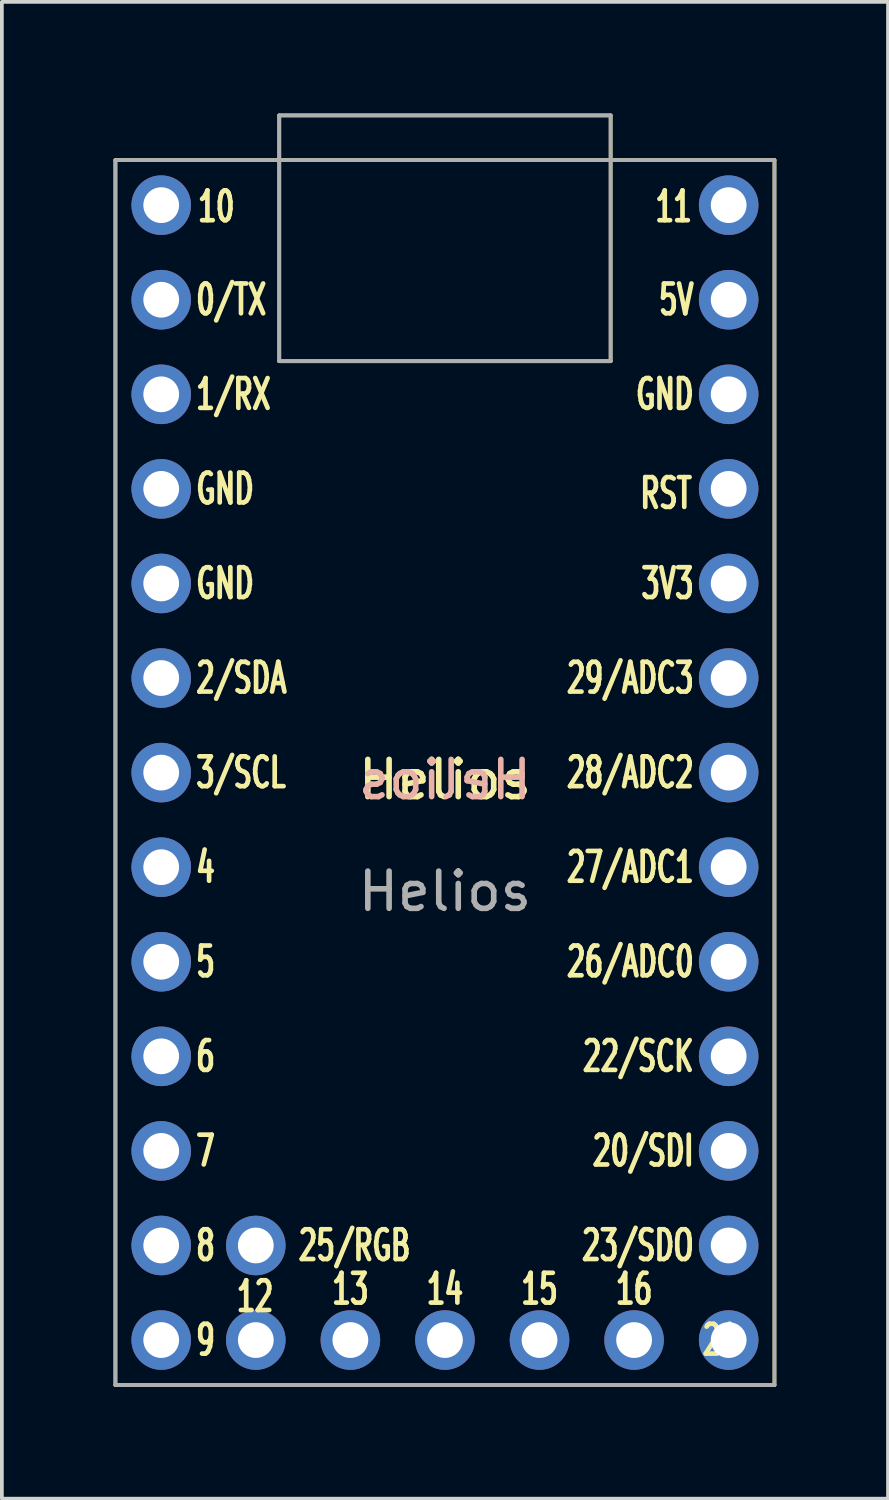
<source format=kicad_pcb>
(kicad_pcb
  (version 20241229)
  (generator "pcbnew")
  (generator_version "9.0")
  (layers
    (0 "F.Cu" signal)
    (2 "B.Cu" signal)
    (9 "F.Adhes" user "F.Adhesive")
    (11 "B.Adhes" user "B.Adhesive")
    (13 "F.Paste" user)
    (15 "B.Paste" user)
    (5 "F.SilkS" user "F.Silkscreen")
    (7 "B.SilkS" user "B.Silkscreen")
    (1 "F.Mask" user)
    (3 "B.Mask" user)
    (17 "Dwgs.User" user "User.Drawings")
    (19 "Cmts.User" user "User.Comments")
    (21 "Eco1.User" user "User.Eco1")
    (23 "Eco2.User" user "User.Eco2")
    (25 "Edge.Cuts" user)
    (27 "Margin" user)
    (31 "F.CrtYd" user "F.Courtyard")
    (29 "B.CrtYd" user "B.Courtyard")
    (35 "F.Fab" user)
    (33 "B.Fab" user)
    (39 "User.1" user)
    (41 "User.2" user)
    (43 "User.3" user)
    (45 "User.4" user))
  (footprint "Helios"
    (layer "F.Cu")
    (at 8.9 17.7)
    (property "Reference" "Helios" (at 0 0.19 0) (unlocked yes) (layer "F.SilkS") (effects (font (size 1 1) (thickness 0.15))))
    (attr through_hole)
    (fp_line (start -8.85 -16.45) (end -8.85 16.45) (stroke (width 0.1) (type default)) (layer "F.SilkS"))
    (fp_line (start -8.85 16.45) (end 8.85 16.45) (stroke (width 0.1) (type default)) (layer "F.SilkS"))
    (fp_line (start -4.45 -17.65) (end 4.45 -17.65) (stroke (width 0.1) (type default)) (layer "F.SilkS"))
    (fp_line (start -4.45 -11.05) (end -4.45 -17.65) (stroke (width 0.1) (type default)) (layer "F.SilkS"))
    (fp_line (start 4.45 -17.65) (end 4.45 -11.05) (stroke (width 0.1) (type default)) (layer "F.SilkS"))
    (fp_line (start 4.45 -11.05) (end -4.45 -11.05) (stroke (width 0.1) (type default)) (layer "F.SilkS"))
    (fp_line (start 8.85 -16.45) (end -8.85 -16.45) (stroke (width 0.1) (type default)) (layer "F.SilkS"))
    (fp_line (start 8.85 16.45) (end 8.85 -16.45) (stroke (width 0.1) (type default)) (layer "F.SilkS"))
    (fp_line (start -8.85 -16.45) (end -8.85 16.45) (stroke (width 0.1) (type default)) (layer "F.Fab"))
    (fp_line (start -8.85 16.45) (end 8.85 16.45) (stroke (width 0.1) (type default)) (layer "F.Fab"))
    (fp_line (start -4.45 -17.65) (end 4.45 -17.65) (stroke (width 0.1) (type default)) (layer "F.Fab"))
    (fp_line (start -4.45 -11.05) (end -4.45 -17.65) (stroke (width 0.1) (type default)) (layer "F.Fab"))
    (fp_line (start 4.45 -17.65) (end 4.45 -11.05) (stroke (width 0.1) (type default)) (layer "F.Fab"))
    (fp_line (start 4.45 -11.05) (end -4.45 -11.05) (stroke (width 0.1) (type default)) (layer "F.Fab"))
    (fp_line (start 8.85 -16.45) (end -8.85 -16.45) (stroke (width 0.1) (type default)) (layer "F.Fab"))
    (fp_line (start 8.85 16.45) (end 8.85 -16.45) (stroke (width 0.1) (type default)) (layer "F.Fab"))
    (fp_text user "6" (at -6.75 7.62 0) (layer "F.SilkS") (effects (font (size 0.8 0.5) (thickness 0.125)) (justify left)))
    (fp_text user "3V3" (at 6.75 -5.08 0) (layer "F.SilkS") (effects (font (size 0.8 0.5) (thickness 0.125)) (justify right)))
    (fp_text user "11" (at 6.7 -15.2 0) (unlocked yes) (layer "F.SilkS") (effects (font (size 0.8 0.5) (thickness 0.125)) (justify right)))
    (fp_text user "8" (at -6.75 12.7 0) (layer "F.SilkS") (effects (font (size 0.8 0.5) (thickness 0.125)) (justify left)))
    (fp_text user "26/ADC0" (at 6.75 5.08 0) (layer "F.SilkS") (effects (font (size 0.8 0.5) (thickness 0.125)) (justify right)))
    (fp_text user "GND" (at -6.75 -7.62 0) (layer "F.SilkS") (effects (font (size 0.8 0.5) (thickness 0.125)) (justify left)))
    (fp_text user "2/SDA" (at -6.75 -2.54 0) (layer "F.SilkS") (effects (font (size 0.8 0.5) (thickness 0.125)) (justify left)))
    (fp_text user "15" (at 2.54 13.87 0) (layer "F.SilkS") (effects (font (size 0.8 0.5) (thickness 0.125))))
    (fp_text user "20/SDI" (at 6.75 10.16 0) (layer "F.SilkS") (effects (font (size 0.8 0.5) (thickness 0.125)) (justify right)))
    (fp_text user "27/ADC1" (at 6.75 2.54 0) (layer "F.SilkS") (effects (font (size 0.8 0.5) (thickness 0.125)) (justify right)))
    (fp_text user "10" (at -6.7 -15.2 0) (layer "F.SilkS") (effects (font (size 0.8 0.5) (thickness 0.125)) (justify left)))
    (fp_text user "28/ADC2" (at 6.75 0 0) (layer "F.SilkS") (effects (font (size 0.8 0.5) (thickness 0.125)) (justify right)))
    (fp_text user "5V" (at 6.75 -12.7 0) (unlocked yes) (layer "F.SilkS") (effects (font (size 0.8 0.5) (thickness 0.125)) (justify right)))
    (fp_text user "GND" (at -6.75 -5.08 0) (layer "F.SilkS") (effects (font (size 0.8 0.5) (thickness 0.125)) (justify left)))
    (fp_text user "RST" (at 6.7 -7.5 0) (layer "F.SilkS") (effects (font (size 0.8 0.5) (thickness 0.125)) (justify right)))
    (fp_text user "21" (at 6.85 15.24 0) (layer "F.SilkS") (effects (font (size 0.8 0.5) (thickness 0.125)) (justify left)))
    (fp_text user "0/TX" (at -6.75 -12.7 0) (layer "F.SilkS") (effects (font (size 0.8 0.5) (thickness 0.125)) (justify left)))
    (fp_text user "4" (at -6.75 2.54 0) (layer "F.SilkS") (effects (font (size 0.8 0.5) (thickness 0.125)) (justify left)))
    (fp_text user "25/RGB" (at -4 12.7 0) (layer "F.SilkS") (effects (font (size 0.8 0.5) (thickness 0.125)) (justify left)))
    (fp_text user "16" (at 5.08 13.87 0) (layer "F.SilkS") (effects (font (size 0.8 0.5) (thickness 0.125))))
    (fp_text user "14" (at 0 13.87 0) (layer "F.SilkS") (effects (font (size 0.8 0.5) (thickness 0.125))))
    (fp_text user "5" (at -6.75 5.08 0) (layer "F.SilkS") (effects (font (size 0.8 0.5) (thickness 0.125)) (justify left)))
    (fp_text user "GND" (at 6.75 -10.16 0) (layer "F.SilkS") (effects (font (size 0.8 0.5) (thickness 0.125)) (justify right)))
    (fp_text user "9" (at -6.75 15.24 0) (layer "F.SilkS") (effects (font (size 0.8 0.5) (thickness 0.125)) (justify left)))
    (fp_text user "22/SCK" (at 6.75 7.62 0) (layer "F.SilkS") (effects (font (size 0.8 0.5) (thickness 0.125)) (justify right)))
    (fp_text user "7" (at -6.75 10.16 0) (layer "F.SilkS") (effects (font (size 0.8 0.5) (thickness 0.125)) (justify left)))
    (fp_text user "1/RX" (at -6.75 -10.16 0) (layer "F.SilkS") (effects (font (size 0.8 0.5) (thickness 0.125)) (justify left)))
    (fp_text user "29/ADC3" (at 6.75 -2.54 0) (layer "F.SilkS") (effects (font (size 0.8 0.5) (thickness 0.125)) (justify right)))
    (fp_text user "3/SCL" (at -6.75 0 0) (layer "F.SilkS") (effects (font (size 0.8 0.5) (thickness 0.125)) (justify left)))
    (fp_text user "13" (at -2.54 13.87 0) (layer "F.SilkS") (effects (font (size 0.8 0.5) (thickness 0.125))))
    (fp_text user "23/SDO" (at 6.75 12.7 0) (layer "F.SilkS") (effects (font (size 0.8 0.5) (thickness 0.125)) (justify right)))
    (fp_text user "12" (at -5.1 14.07 0) (layer "F.SilkS") (effects (font (size 0.8 0.5) (thickness 0.125))))
    (fp_text user "${REFERENCE}" (at 0 0.19 0) (unlocked yes) (layer "B.SilkS") (effects (font (size 1 1) (thickness 0.15)) (justify mirror)))
    (fp_text user "${REFERENCE}" (at 0 3.19 0) (unlocked yes) (layer "F.Fab") (effects (font (size 1 1) (thickness 0.15))))
    (pad "1" thru_hole circle (at -7.62 -15.24) (size 1.6 1.6) (drill 0.96) (layers "*.Cu" "*.Mask"))
    (pad "2" thru_hole circle (at -7.62 -12.7) (size 1.6 1.6) (drill 0.96) (layers "*.Cu" "*.Mask"))
    (pad "3" thru_hole circle (at -7.62 -10.16) (size 1.6 1.6) (drill 0.96) (layers "*.Cu" "*.Mask"))
    (pad "4" thru_hole circle (at -7.62 -7.62) (size 1.6 1.6) (drill 0.96) (layers "*.Cu" "*.Mask"))
    (pad "5" thru_hole circle (at -7.62 -5.08) (size 1.6 1.6) (drill 0.96) (layers "*.Cu" "*.Mask"))
    (pad "6" thru_hole circle (at -7.62 -2.54) (size 1.6 1.6) (drill 0.96) (layers "*.Cu" "*.Mask"))
    (pad "7" thru_hole circle (at -7.62 0) (size 1.6 1.6) (drill 0.96) (layers "*.Cu" "*.Mask"))
    (pad "8" thru_hole circle (at -7.62 2.54) (size 1.6 1.6) (drill 0.96) (layers "*.Cu" "*.Mask"))
    (pad "9" thru_hole circle (at -7.62 5.08) (size 1.6 1.6) (drill 0.96) (layers "*.Cu" "*.Mask"))
    (pad "10" thru_hole circle (at -7.62 7.62) (size 1.6 1.6) (drill 0.96) (layers "*.Cu" "*.Mask"))
    (pad "11" thru_hole circle (at -7.62 10.16) (size 1.6 1.6) (drill 0.96) (layers "*.Cu" "*.Mask"))
    (pad "12" thru_hole circle (at -7.62 12.7) (size 1.6 1.6) (drill 0.96) (layers "*.Cu" "*.Mask"))
    (pad "13" thru_hole circle (at -7.62 15.24) (size 1.6 1.6) (drill 0.96) (layers "*.Cu" "*.Mask"))
    (pad "14" thru_hole circle (at -5.08 15.24) (size 1.6 1.6) (drill 0.96) (layers "*.Cu" "*.Mask"))
    (pad "15" thru_hole circle (at -2.54 15.24) (size 1.6 1.6) (drill 0.96) (layers "*.Cu" "*.Mask"))
    (pad "16" thru_hole circle (at 0 15.24) (size 1.6 1.6) (drill 0.96) (layers "*.Cu" "*.Mask"))
    (pad "17" thru_hole circle (at 2.54 15.24) (size 1.6 1.6) (drill 0.96) (layers "*.Cu" "*.Mask"))
    (pad "18" thru_hole circle (at 5.08 15.24) (size 1.6 1.6) (drill 0.96) (layers "*.Cu" "*.Mask"))
    (pad "19" thru_hole circle (at 7.62 15.24) (size 1.6 1.6) (drill 0.96) (layers "*.Cu" "*.Mask"))
    (pad "20" thru_hole circle (at 7.62 12.7) (size 1.6 1.6) (drill 0.96) (layers "*.Cu" "*.Mask"))
    (pad "21" thru_hole circle (at 7.62 10.16) (size 1.6 1.6) (drill 0.96) (layers "*.Cu" "*.Mask"))
    (pad "22" thru_hole circle (at 7.62 7.62) (size 1.6 1.6) (drill 0.96) (layers "*.Cu" "*.Mask"))
    (pad "23" thru_hole circle (at 7.62 5.08) (size 1.6 1.6) (drill 0.96) (layers "*.Cu" "*.Mask"))
    (pad "24" thru_hole circle (at 7.62 2.54) (size 1.6 1.6) (drill 0.96) (layers "*.Cu" "*.Mask"))
    (pad "25" thru_hole circle (at 7.62 0) (size 1.6 1.6) (drill 0.96) (layers "*.Cu" "*.Mask"))
    (pad "26" thru_hole circle (at 7.62 -2.54) (size 1.6 1.6) (drill 0.96) (layers "*.Cu" "*.Mask"))
    (pad "27" thru_hole circle (at 7.62 -5.08) (size 1.6 1.6) (drill 0.96) (layers "*.Cu" "*.Mask"))
    (pad "28" thru_hole circle (at 7.62 -7.62) (size 1.6 1.6) (drill 0.96) (layers "*.Cu" "*.Mask"))
    (pad "29" thru_hole circle (at 7.62 -10.16) (size 1.6 1.6) (drill 0.96) (layers "*.Cu" "*.Mask"))
    (pad "30" thru_hole circle (at 7.62 -12.7) (size 1.6 1.6) (drill 0.96) (layers "*.Cu" "*.Mask"))
    (pad "31" thru_hole circle (at 7.62 -15.24) (size 1.6 1.6) (drill 0.96) (layers "*.Cu" "*.Mask"))
    (pad "32" thru_hole circle (at -5.08 12.7) (size 1.6 1.6) (drill 0.96) (layers "*.Cu" "*.Mask")))
  (gr_rect
    (start -3 -3)
    (end 20.8 37.2)
    (stroke (width 0.1) (type default))
    (fill no)
    (layer "Edge.Cuts")))
</source>
